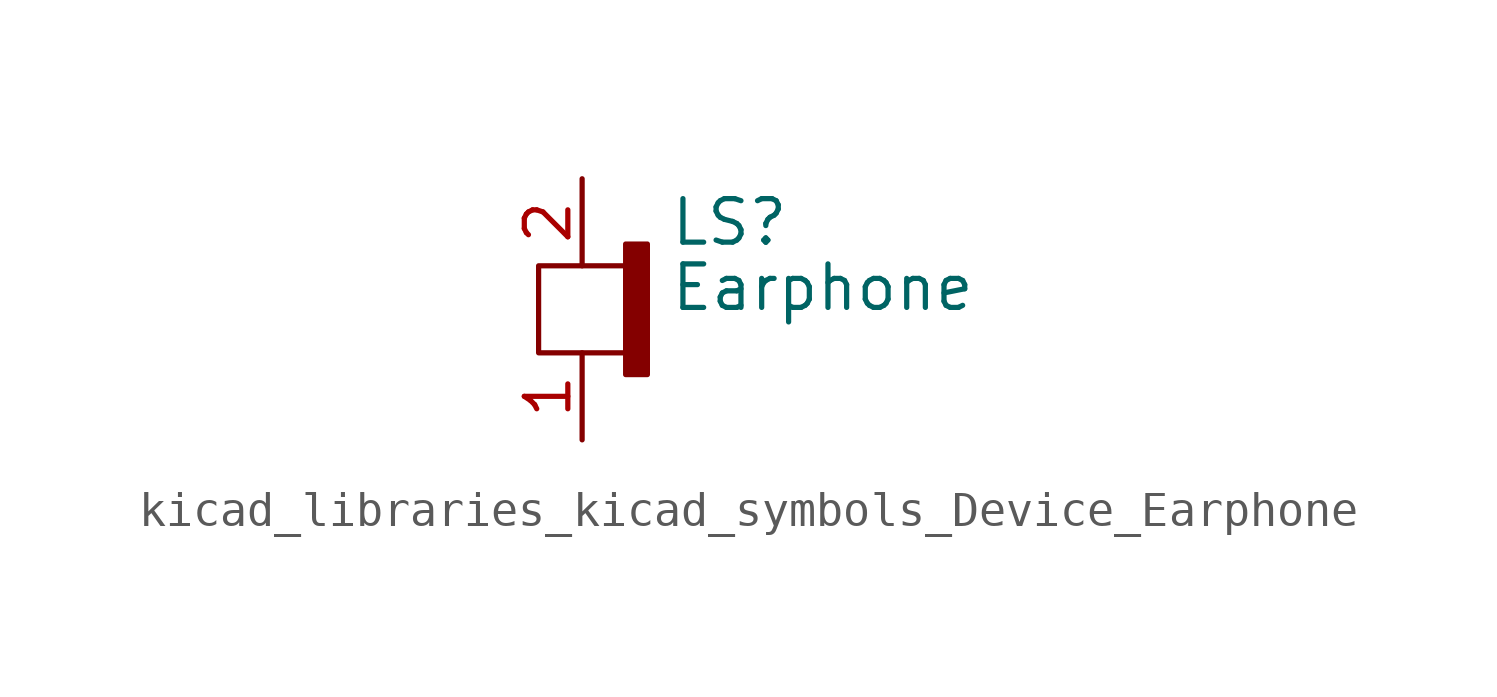
<source format=kicad_sym>
(kicad_symbol_lib
  (version 20220914)
  (generator kicad_symbol_editor)
  (symbol "kicad_libraries_kicad_symbols_Device_Earphone"
    (pin_names
      (offset 0.025) hide)
    (property "Reference" "LS"
      (at 2.54 3.81 0)
      (effects (font (size 1.27 1.27)) (justify left)))
    (property "Value" "Earphone"
      (at 2.54 1.905 0)
      (effects (font (size 1.27 1.27)) (justify left)))
    (symbol "kicad_libraries_kicad_symbols_Device_Earphone_0_1"
      (rectangle (start 1.27 -0.635) (end 1.905 3.175) (stroke (width 0) (type default)) (fill (type outline)))
      (rectangle (start 1.27 0) (end -1.27 2.54) (stroke (width 0) (type default)) (fill (type none))))
    (symbol "kicad_libraries_kicad_symbols_Device_Earphone_1_1"
      (pin passive line (at 0 -2.54 90) (length 2.54) (name "-" (effects (font (size 1.27 1.27)))) (number "1" (effects (font (size 1.27 1.27)))))
      (pin passive line (at 0 5.08 270) (length 2.54) (name "+" (effects (font (size 1.27 1.27)))) (number "2" (effects (font (size 1.27 1.27))))))))
</source>
